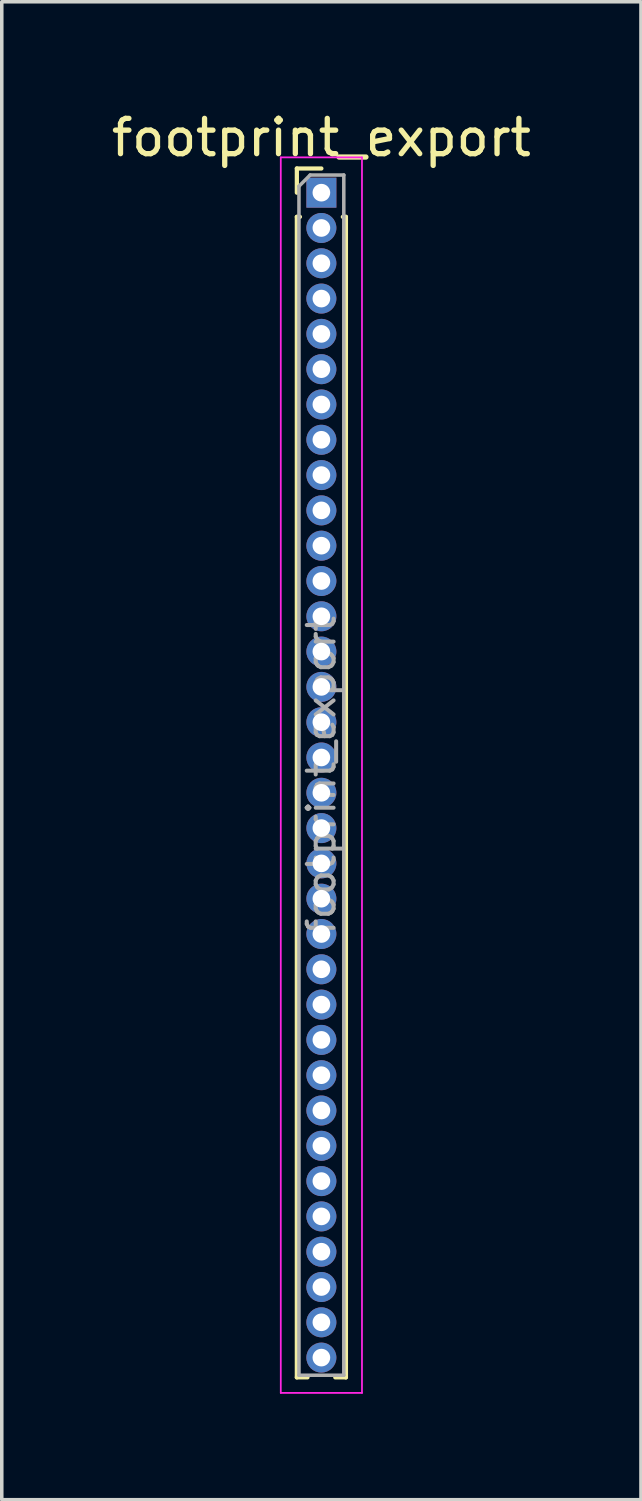
<source format=kicad_pcb>
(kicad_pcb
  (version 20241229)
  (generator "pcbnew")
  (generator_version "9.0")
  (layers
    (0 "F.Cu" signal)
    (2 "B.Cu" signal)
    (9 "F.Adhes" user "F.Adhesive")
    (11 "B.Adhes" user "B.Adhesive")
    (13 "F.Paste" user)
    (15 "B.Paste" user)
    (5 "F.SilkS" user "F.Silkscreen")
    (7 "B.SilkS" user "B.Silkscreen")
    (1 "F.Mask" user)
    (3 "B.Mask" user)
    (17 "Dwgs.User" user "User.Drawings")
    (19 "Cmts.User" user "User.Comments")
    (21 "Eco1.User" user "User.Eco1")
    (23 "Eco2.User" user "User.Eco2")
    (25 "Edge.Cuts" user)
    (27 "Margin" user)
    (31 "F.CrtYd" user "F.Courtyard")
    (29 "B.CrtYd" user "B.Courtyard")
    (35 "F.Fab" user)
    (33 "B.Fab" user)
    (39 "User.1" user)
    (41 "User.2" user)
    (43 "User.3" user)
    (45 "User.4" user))
  (footprint "footprint_export"
    (layer "F.Cu")
    (at 6.054 2.408)
    (property "Reference" "footprint_export" (at 0 -1.56 0) (layer "F.SilkS") (effects (font (size 1 1) (thickness 0.15))))
    (attr through_hole)
    (fp_line (start -0.695 -0.685) (end 0 -0.685) (stroke (width 0.12) (type solid)) (layer "F.SilkS"))
    (fp_line (start -0.695 0) (end -0.695 -0.685) (stroke (width 0.12) (type solid)) (layer "F.SilkS"))
    (fp_line (start -0.695 0.685) (end -0.695 33.56) (stroke (width 0.12) (type solid)) (layer "F.SilkS"))
    (fp_line (start -0.695 0.685) (end -0.608 0.685) (stroke (width 0.12) (type solid)) (layer "F.SilkS"))
    (fp_line (start -0.695 33.56) (end -0.394 33.56) (stroke (width 0.12) (type solid)) (layer "F.SilkS"))
    (fp_line (start 0.394 33.56) (end 0.695 33.56) (stroke (width 0.12) (type solid)) (layer "F.SilkS"))
    (fp_line (start 0.608 0.685) (end 0.695 0.685) (stroke (width 0.12) (type solid)) (layer "F.SilkS"))
    (fp_line (start 0.695 0.685) (end 0.695 33.56) (stroke (width 0.12) (type solid)) (layer "F.SilkS"))
    (fp_line (start -1.15 -1) (end -1.15 34) (stroke (width 0.05) (type solid)) (layer "F.CrtYd"))
    (fp_line (start -1.15 34) (end 1.15 34) (stroke (width 0.05) (type solid)) (layer "F.CrtYd"))
    (fp_line (start 1.15 -1) (end -1.15 -1) (stroke (width 0.05) (type solid)) (layer "F.CrtYd"))
    (fp_line (start 1.15 34) (end 1.15 -1) (stroke (width 0.05) (type solid)) (layer "F.CrtYd"))
    (fp_line (start -0.635 -0.182) (end -0.318 -0.5) (stroke (width 0.1) (type solid)) (layer "F.Fab"))
    (fp_line (start -0.635 33.5) (end -0.635 -0.182) (stroke (width 0.1) (type solid)) (layer "F.Fab"))
    (fp_line (start -0.318 -0.5) (end 0.635 -0.5) (stroke (width 0.1) (type solid)) (layer "F.Fab"))
    (fp_line (start 0.635 -0.5) (end 0.635 33.5) (stroke (width 0.1) (type solid)) (layer "F.Fab"))
    (fp_line (start 0.635 33.5) (end -0.635 33.5) (stroke (width 0.1) (type solid)) (layer "F.Fab"))
    (fp_text user "${REFERENCE}" (at 0 16.5 90) (layer "F.Fab") (effects (font (size 0.76 0.76) (thickness 0.114))))
    (pad "1" thru_hole rect (at 0 0) (size 0.85 0.85) (drill 0.5) (layers "*.Cu" "*.Mask"))
    (pad "2" thru_hole oval (at 0 1) (size 0.85 0.85) (drill 0.5) (layers "*.Cu" "*.Mask"))
    (pad "3" thru_hole oval (at 0 2) (size 0.85 0.85) (drill 0.5) (layers "*.Cu" "*.Mask"))
    (pad "4" thru_hole oval (at 0 3) (size 0.85 0.85) (drill 0.5) (layers "*.Cu" "*.Mask"))
    (pad "5" thru_hole oval (at 0 4) (size 0.85 0.85) (drill 0.5) (layers "*.Cu" "*.Mask"))
    (pad "6" thru_hole oval (at 0 5) (size 0.85 0.85) (drill 0.5) (layers "*.Cu" "*.Mask"))
    (pad "7" thru_hole oval (at 0 6) (size 0.85 0.85) (drill 0.5) (layers "*.Cu" "*.Mask"))
    (pad "8" thru_hole oval (at 0 7) (size 0.85 0.85) (drill 0.5) (layers "*.Cu" "*.Mask"))
    (pad "9" thru_hole oval (at 0 8) (size 0.85 0.85) (drill 0.5) (layers "*.Cu" "*.Mask"))
    (pad "10" thru_hole oval (at 0 9) (size 0.85 0.85) (drill 0.5) (layers "*.Cu" "*.Mask"))
    (pad "11" thru_hole oval (at 0 10) (size 0.85 0.85) (drill 0.5) (layers "*.Cu" "*.Mask"))
    (pad "12" thru_hole oval (at 0 11) (size 0.85 0.85) (drill 0.5) (layers "*.Cu" "*.Mask"))
    (pad "13" thru_hole oval (at 0 12) (size 0.85 0.85) (drill 0.5) (layers "*.Cu" "*.Mask"))
    (pad "14" thru_hole oval (at 0 13) (size 0.85 0.85) (drill 0.5) (layers "*.Cu" "*.Mask"))
    (pad "15" thru_hole oval (at 0 14) (size 0.85 0.85) (drill 0.5) (layers "*.Cu" "*.Mask"))
    (pad "16" thru_hole oval (at 0 15) (size 0.85 0.85) (drill 0.5) (layers "*.Cu" "*.Mask"))
    (pad "17" thru_hole oval (at 0 16) (size 0.85 0.85) (drill 0.5) (layers "*.Cu" "*.Mask"))
    (pad "18" thru_hole oval (at 0 17) (size 0.85 0.85) (drill 0.5) (layers "*.Cu" "*.Mask"))
    (pad "19" thru_hole oval (at 0 18) (size 0.85 0.85) (drill 0.5) (layers "*.Cu" "*.Mask"))
    (pad "20" thru_hole oval (at 0 19) (size 0.85 0.85) (drill 0.5) (layers "*.Cu" "*.Mask"))
    (pad "21" thru_hole oval (at 0 20) (size 0.85 0.85) (drill 0.5) (layers "*.Cu" "*.Mask"))
    (pad "22" thru_hole oval (at 0 21) (size 0.85 0.85) (drill 0.5) (layers "*.Cu" "*.Mask"))
    (pad "23" thru_hole oval (at 0 22) (size 0.85 0.85) (drill 0.5) (layers "*.Cu" "*.Mask"))
    (pad "24" thru_hole oval (at 0 23) (size 0.85 0.85) (drill 0.5) (layers "*.Cu" "*.Mask"))
    (pad "25" thru_hole oval (at 0 24) (size 0.85 0.85) (drill 0.5) (layers "*.Cu" "*.Mask"))
    (pad "26" thru_hole oval (at 0 25) (size 0.85 0.85) (drill 0.5) (layers "*.Cu" "*.Mask"))
    (pad "27" thru_hole oval (at 0 26) (size 0.85 0.85) (drill 0.5) (layers "*.Cu" "*.Mask"))
    (pad "28" thru_hole oval (at 0 27) (size 0.85 0.85) (drill 0.5) (layers "*.Cu" "*.Mask"))
    (pad "29" thru_hole oval (at 0 28) (size 0.85 0.85) (drill 0.5) (layers "*.Cu" "*.Mask"))
    (pad "30" thru_hole oval (at 0 29) (size 0.85 0.85) (drill 0.5) (layers "*.Cu" "*.Mask"))
    (pad "31" thru_hole oval (at 0 30) (size 0.85 0.85) (drill 0.5) (layers "*.Cu" "*.Mask"))
    (pad "32" thru_hole oval (at 0 31) (size 0.85 0.85) (drill 0.5) (layers "*.Cu" "*.Mask"))
    (pad "33" thru_hole oval (at 0 32) (size 0.85 0.85) (drill 0.5) (layers "*.Cu" "*.Mask"))
    (pad "34" thru_hole oval (at 0 33) (size 0.85 0.85) (drill 0.5) (layers "*.Cu" "*.Mask")))
  (gr_rect
    (start -3 -3)
    (end 15.107 39.433)
    (stroke (width 0.1) (type default))
    (fill no)
    (layer "Edge.Cuts")))
</source>
